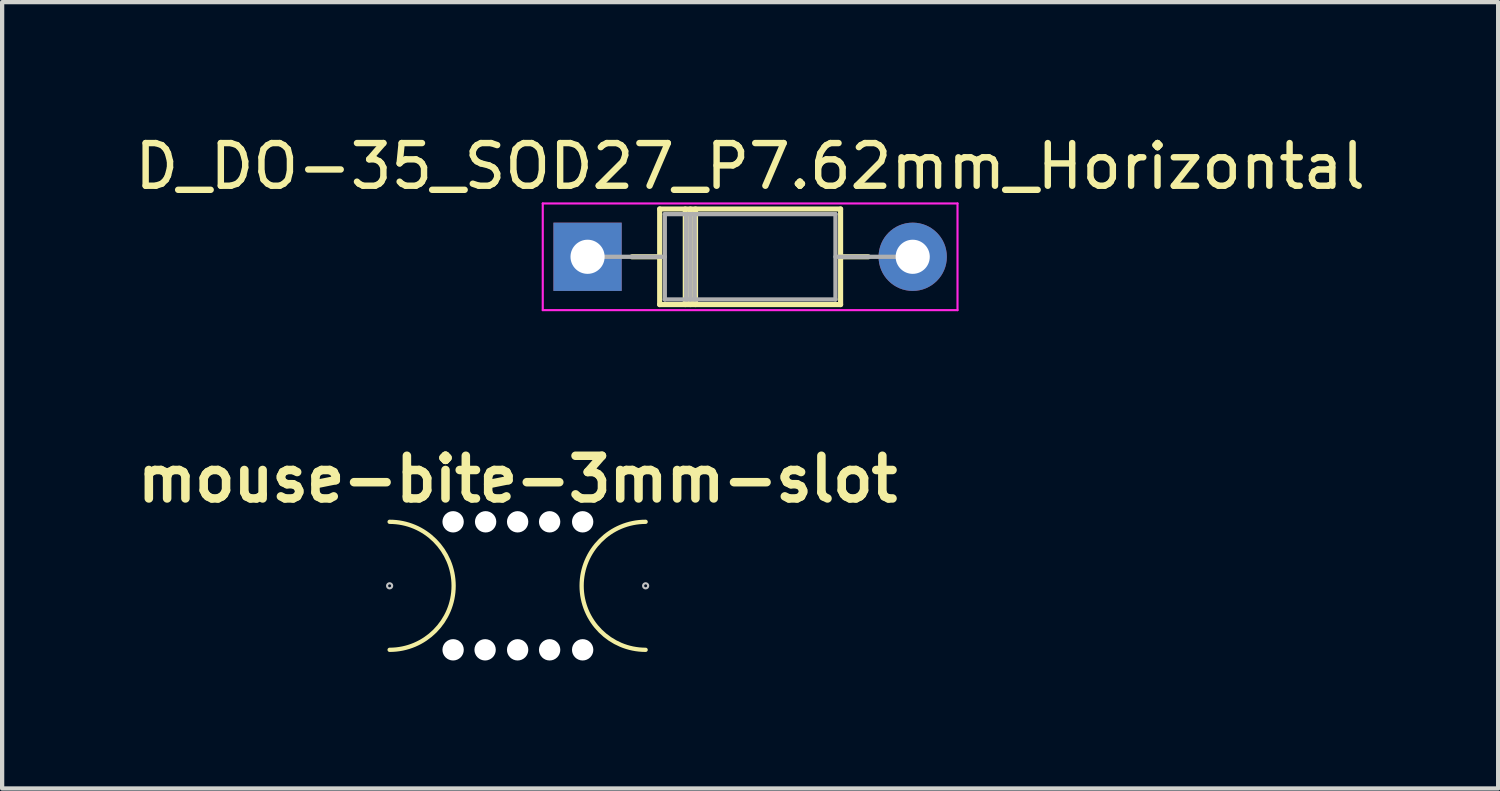
<source format=kicad_pcb>
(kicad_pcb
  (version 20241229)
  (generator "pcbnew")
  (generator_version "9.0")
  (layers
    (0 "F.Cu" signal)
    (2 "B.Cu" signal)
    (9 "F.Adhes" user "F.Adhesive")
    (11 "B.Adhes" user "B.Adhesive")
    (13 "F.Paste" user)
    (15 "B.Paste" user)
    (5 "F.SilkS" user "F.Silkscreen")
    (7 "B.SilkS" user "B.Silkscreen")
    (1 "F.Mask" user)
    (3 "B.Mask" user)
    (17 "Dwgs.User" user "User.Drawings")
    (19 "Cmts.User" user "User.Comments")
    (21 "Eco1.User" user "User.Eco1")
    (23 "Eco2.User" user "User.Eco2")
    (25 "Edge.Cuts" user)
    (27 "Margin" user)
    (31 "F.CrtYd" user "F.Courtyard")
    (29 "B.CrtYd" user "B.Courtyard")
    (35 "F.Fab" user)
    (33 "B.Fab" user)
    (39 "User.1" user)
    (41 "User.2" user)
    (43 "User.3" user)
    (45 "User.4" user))
  (footprint "mouse-bite-3mm-slot"
    (layer "F.Cu")
    (at 9.081 10.679)
    (property "Reference" "mouse-bite-3mm-slot" (at 0 -2.5 0) (layer "F.SilkS") (effects (font (size 1 1) (thickness 0.2))))
    (attr through_hole)
    (fp_arc (start -3 -1.5) (mid -1.5 0) (end -3 1.5) (stroke (width 0.1) (type solid)) (layer "F.SilkS"))
    (fp_arc (start 3 1.5) (mid 1.5 0) (end 3 -1.5) (stroke (width 0.1) (type solid)) (layer "F.SilkS"))
    (fp_circle (center -3 0) (end -3 -0.06) (stroke (width 0.05) (type solid)) (fill no) (layer "Dwgs.User"))
    (fp_circle (center 3 0) (end 3.06 0) (stroke (width 0.05) (type solid)) (fill no) (layer "Dwgs.User"))
    (fp_line (start -3 0) (end -3 0) (stroke (width 3) (type solid)) (layer "Eco1.User"))
    (fp_line (start 3 0) (end 3 0) (stroke (width 3) (type solid)) (layer "Eco1.User"))
    (pad "" np_thru_hole circle (at -1.512 -1.5) (size 0.5 0.5) (drill 0.5) (layers "*.Cu" "*.Mask"))
    (pad "" np_thru_hole circle (at -1.512 1.5) (size 0.5 0.5) (drill 0.5) (layers "*.Cu" "*.Mask"))
    (pad "" np_thru_hole circle (at -0.762 1.5) (size 0.5 0.5) (drill 0.5) (layers "*.Cu" "*.Mask"))
    (pad "" np_thru_hole circle (at -0.75 -1.5) (size 0.5 0.5) (drill 0.5) (layers "*.Cu" "*.Mask"))
    (pad "" np_thru_hole circle (at 0 -1.5) (size 0.5 0.5) (drill 0.5) (layers "*.Cu" "*.Mask"))
    (pad "" np_thru_hole circle (at 0 1.5) (size 0.5 0.5) (drill 0.5) (layers "*.Cu" "*.Mask"))
    (pad "" np_thru_hole circle (at 0.75 -1.5) (size 0.5 0.5) (drill 0.5) (layers "*.Cu" "*.Mask"))
    (pad "" np_thru_hole circle (at 0.75 1.5) (size 0.5 0.5) (drill 0.5) (layers "*.Cu" "*.Mask"))
    (pad "" np_thru_hole circle (at 1.524 -1.5) (size 0.5 0.5) (drill 0.5) (layers "*.Cu" "*.Mask"))
    (pad "" np_thru_hole circle (at 1.524 1.5) (size 0.5 0.5) (drill 0.5) (layers "*.Cu" "*.Mask")))
  (footprint "D_DO-35_SOD27_P7.62mm_Horizontal"
    (layer "F.Cu")
    (at 10.72 2.968)
    (property "Reference" "D_DO-35_SOD27_P7.62mm_Horizontal" (at 3.81 -2.12 180) (layer "F.SilkS") (effects (font (size 1 1) (thickness 0.15))))
    (attr through_hole)
    (fp_line (start 1.04 0) (end 1.69 0) (stroke (width 0.12) (type solid)) (layer "F.SilkS"))
    (fp_line (start 1.69 -1.12) (end 1.69 1.12) (stroke (width 0.12) (type solid)) (layer "F.SilkS"))
    (fp_line (start 1.69 1.12) (end 5.93 1.12) (stroke (width 0.12) (type solid)) (layer "F.SilkS"))
    (fp_line (start 2.29 -1.12) (end 2.29 1.12) (stroke (width 0.12) (type solid)) (layer "F.SilkS"))
    (fp_line (start 2.41 -1.12) (end 2.41 1.12) (stroke (width 0.12) (type solid)) (layer "F.SilkS"))
    (fp_line (start 2.53 -1.12) (end 2.53 1.12) (stroke (width 0.12) (type solid)) (layer "F.SilkS"))
    (fp_line (start 5.93 -1.12) (end 1.69 -1.12) (stroke (width 0.12) (type solid)) (layer "F.SilkS"))
    (fp_line (start 5.93 1.12) (end 5.93 -1.12) (stroke (width 0.12) (type solid)) (layer "F.SilkS"))
    (fp_line (start 6.58 0) (end 5.93 0) (stroke (width 0.12) (type solid)) (layer "F.SilkS"))
    (fp_line (start -1.05 -1.25) (end -1.05 1.25) (stroke (width 0.05) (type solid)) (layer "F.CrtYd"))
    (fp_line (start -1.05 1.25) (end 8.67 1.25) (stroke (width 0.05) (type solid)) (layer "F.CrtYd"))
    (fp_line (start 8.67 -1.25) (end -1.05 -1.25) (stroke (width 0.05) (type solid)) (layer "F.CrtYd"))
    (fp_line (start 8.67 1.25) (end 8.67 -1.25) (stroke (width 0.05) (type solid)) (layer "F.CrtYd"))
    (fp_line (start 0 0) (end 1.81 0) (stroke (width 0.1) (type solid)) (layer "F.Fab"))
    (fp_line (start 1.81 -1) (end 1.81 1) (stroke (width 0.1) (type solid)) (layer "F.Fab"))
    (fp_line (start 1.81 1) (end 5.81 1) (stroke (width 0.1) (type solid)) (layer "F.Fab"))
    (fp_line (start 2.31 -1) (end 2.31 1) (stroke (width 0.1) (type solid)) (layer "F.Fab"))
    (fp_line (start 2.41 -1) (end 2.41 1) (stroke (width 0.1) (type solid)) (layer "F.Fab"))
    (fp_line (start 2.51 -1) (end 2.51 1) (stroke (width 0.1) (type solid)) (layer "F.Fab"))
    (fp_line (start 5.81 -1) (end 1.81 -1) (stroke (width 0.1) (type solid)) (layer "F.Fab"))
    (fp_line (start 5.81 1) (end 5.81 -1) (stroke (width 0.1) (type solid)) (layer "F.Fab"))
    (fp_line (start 7.62 0) (end 5.81 0) (stroke (width 0.1) (type solid)) (layer "F.Fab"))
    (pad "1" thru_hole rect (at 0 0) (size 1.6 1.6) (drill 0.8) (layers "*.Cu" "*.Mask"))
    (pad "2" thru_hole oval (at 7.62 0) (size 1.6 1.6) (drill 0.8) (layers "*.Cu" "*.Mask")))
  (gr_rect
    (start -3 -3)
    (end 32.06 15.429)
    (stroke (width 0.1) (type default))
    (fill no)
    (layer "Edge.Cuts")))
</source>
